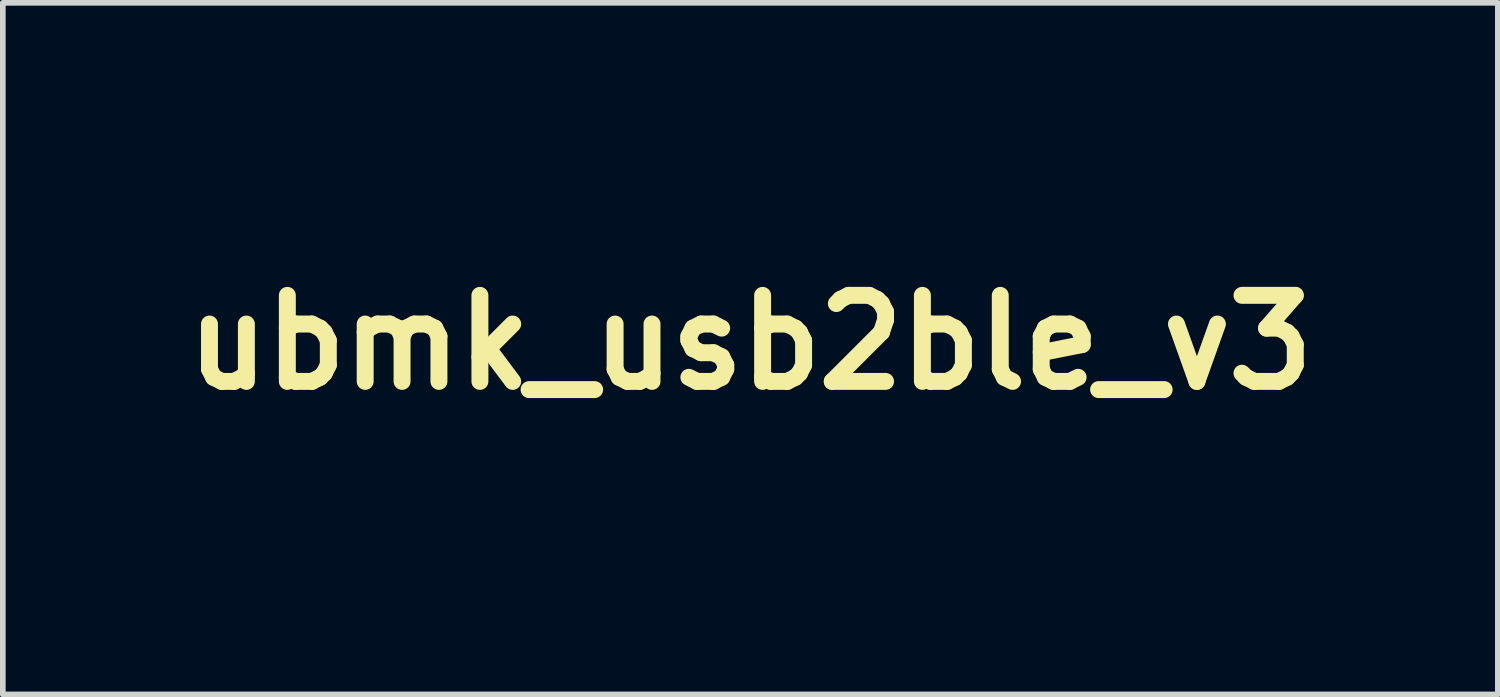
<source format=kicad_pcb>
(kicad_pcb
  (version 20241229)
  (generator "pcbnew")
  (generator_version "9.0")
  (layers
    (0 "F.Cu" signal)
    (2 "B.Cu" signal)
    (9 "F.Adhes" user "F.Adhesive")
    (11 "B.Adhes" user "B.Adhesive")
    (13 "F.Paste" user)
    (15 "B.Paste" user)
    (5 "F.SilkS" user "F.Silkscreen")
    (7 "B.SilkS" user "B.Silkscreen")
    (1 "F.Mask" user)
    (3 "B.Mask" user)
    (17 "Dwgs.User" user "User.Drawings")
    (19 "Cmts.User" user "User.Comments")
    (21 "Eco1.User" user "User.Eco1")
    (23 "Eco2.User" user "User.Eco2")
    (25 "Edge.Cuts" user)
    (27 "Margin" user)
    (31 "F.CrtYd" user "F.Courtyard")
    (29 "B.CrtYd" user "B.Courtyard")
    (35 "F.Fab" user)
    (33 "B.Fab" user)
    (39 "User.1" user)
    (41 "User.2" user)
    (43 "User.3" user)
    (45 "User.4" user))
  (footprint "ubmk_usb2ble_v3"
    (layer "F.Cu")
    (at 10.24 3.016)
    (property "Reference" "ubmk_usb2ble_v3" (at 0 0 0) (layer "F.SilkS") (effects (font (size 1.524 1.524) (thickness 0.3))))
    (attr through_hole)
    (fp_poly (pts (xy -3.468 2.249) (xy -3.773 2.249) (xy -3.773 1.078) (xy -3.468 1.078) (xy -3.468 2.249)) (stroke (width 0.01) (type solid)) (fill yes) (layer "F.Mask"))
    (fp_poly (pts (xy 1.242 1.676) (xy 0.99 1.928) (xy 0.737 2.179) (xy 0.247 1.687) (xy 0.498 1.435) (xy 0.75 1.184) (xy 1.242 1.676)) (stroke (width 0.01) (type solid)) (fill yes) (layer "F.Mask"))
    (fp_poly (pts (xy 6.08 0.126) (xy 6.129 0.175) (xy 6.135 0.233) (xy 6.115 0.283) (xy 6.074 0.317) (xy 6.012 0.328) (xy 5.953 0.314) (xy 5.933 0.3) (xy 5.912 0.257) (xy 5.905 0.206) (xy 5.923 0.142) (xy 5.97 0.107) (xy 6.034 0.106) (xy 6.08 0.126)) (stroke (width 0.01) (type solid)) (fill yes) (layer "F.Mask"))
    (fp_poly (pts (xy 6.348 -0.733) (xy 6.418 -0.69) (xy 6.482 -0.611) (xy 6.508 -0.523) (xy 6.5 -0.435) (xy 6.463 -0.354) (xy 6.402 -0.289) (xy 6.323 -0.248) (xy 6.229 -0.238) (xy 6.148 -0.257) (xy 6.069 -0.312) (xy 6.018 -0.393) (xy 5.999 -0.489) (xy 6.013 -0.586) (xy 6.062 -0.673) (xy 6.067 -0.677) (xy 6.15 -0.735) (xy 6.248 -0.754) (xy 6.348 -0.733)) (stroke (width 0.01) (type solid)) (fill yes) (layer "F.Mask"))
    (fp_poly (pts (xy 7.92 1.658) (xy 7.81 1.67) (xy 7.71 1.697) (xy 7.644 1.75) (xy 7.616 1.825) (xy 7.615 1.839) (xy 7.636 1.917) (xy 7.696 1.974) (xy 7.791 2.006) (xy 7.81 2.009) (xy 7.92 2.021) (xy 7.92 2.249) (xy 7.785 2.249) (xy 7.67 2.238) (xy 7.567 2.21) (xy 7.554 2.205) (xy 7.478 2.157) (xy 7.406 2.091) (xy 7.39 2.072) (xy 7.35 2.012) (xy 7.33 1.954) (xy 7.323 1.876) (xy 7.322 1.84) (xy 7.331 1.725) (xy 7.364 1.637) (xy 7.427 1.559) (xy 7.49 1.507) (xy 7.545 1.471) (xy 7.603 1.449) (xy 7.68 1.437) (xy 7.748 1.433) (xy 7.92 1.424) (xy 7.92 1.658)) (stroke (width 0.01) (type solid)) (fill yes) (layer "F.Mask"))
    (fp_poly (pts (xy -6.092 -1.246) (xy -6.02 -1.185) (xy -5.929 -1.134) (xy -5.834 -1.128) (xy -5.744 -1.166) (xy -5.725 -1.181) (xy -5.659 -1.238) (xy -5.644 -2.226) (xy -5.058 -2.226) (xy -5.066 -1.658) (xy -5.073 -1.09) (xy -5.142 -0.965) (xy -5.247 -0.822) (xy -5.383 -0.714) (xy -5.55 -0.64) (xy -5.749 -0.601) (xy -5.795 -0.598) (xy -5.912 -0.596) (xy -6.029 -0.606) (xy -6.092 -0.617) (xy -6.281 -0.681) (xy -6.436 -0.778) (xy -6.556 -0.906) (xy -6.623 -1.019) (xy -6.64 -1.059) (xy -6.654 -1.097) (xy -6.663 -1.141) (xy -6.67 -1.198) (xy -6.674 -1.275) (xy -6.677 -1.378) (xy -6.678 -1.514) (xy -6.678 -1.681) (xy -6.678 -2.226) (xy -6.092 -2.226) (xy -6.092 -1.246)) (stroke (width 0.01) (type solid)) (fill yes) (layer "F.Mask"))
    (fp_poly (pts (xy -8.271 1.682) (xy -8.27 1.809) (xy -8.262 1.896) (xy -8.247 1.95) (xy -8.22 1.979) (xy -8.18 1.991) (xy -8.154 1.992) (xy -8.106 1.987) (xy -8.073 1.968) (xy -8.053 1.927) (xy -8.042 1.857) (xy -8.037 1.752) (xy -8.037 1.682) (xy -8.037 1.429) (xy -7.732 1.429) (xy -7.732 1.719) (xy -7.733 1.843) (xy -7.737 1.93) (xy -7.744 1.991) (xy -7.756 2.035) (xy -7.776 2.072) (xy -7.785 2.087) (xy -7.841 2.151) (xy -7.906 2.205) (xy -7.913 2.209) (xy -7.997 2.241) (xy -8.104 2.26) (xy -8.212 2.264) (xy -8.3 2.251) (xy -8.402 2.201) (xy -8.489 2.129) (xy -8.544 2.048) (xy -8.562 1.973) (xy -8.572 1.855) (xy -8.576 1.7) (xy -8.576 1.429) (xy -8.271 1.429) (xy -8.271 1.682)) (stroke (width 0.01) (type solid)) (fill yes) (layer "F.Mask"))
    (fp_poly (pts (xy 6.429 -1.587) (xy 6.58 -1.553) (xy 6.7 -1.51) (xy 6.849 -1.427) (xy 6.985 -1.326) (xy 7.1 -1.214) (xy 7.189 -1.096) (xy 7.246 -0.98) (xy 7.264 -0.88) (xy 7.244 -0.784) (xy 7.19 -0.713) (xy 7.112 -0.673) (xy 7.018 -0.671) (xy 6.976 -0.683) (xy 6.918 -0.724) (xy 6.867 -0.794) (xy 6.865 -0.798) (xy 6.768 -0.938) (xy 6.642 -1.049) (xy 6.493 -1.126) (xy 6.331 -1.167) (xy 6.163 -1.169) (xy 6.022 -1.136) (xy 5.906 -1.106) (xy 5.816 -1.108) (xy 5.745 -1.143) (xy 5.728 -1.159) (xy 5.684 -1.233) (xy 5.67 -1.324) (xy 5.688 -1.413) (xy 5.706 -1.446) (xy 5.75 -1.482) (xy 5.829 -1.52) (xy 5.93 -1.556) (xy 6.041 -1.585) (xy 6.14 -1.602) (xy 6.275 -1.605) (xy 6.429 -1.587)) (stroke (width 0.01) (type solid)) (fill yes) (layer "F.Mask"))
    (fp_poly (pts (xy -5.296 1.153) (xy -5.184 1.17) (xy -5.103 1.203) (xy -5.043 1.255) (xy -4.996 1.33) (xy -4.989 1.345) (xy -4.952 1.465) (xy -4.957 1.575) (xy -5.005 1.678) (xy -5.098 1.778) (xy -5.196 1.851) (xy -5.354 1.957) (xy -5.149 1.963) (xy -4.944 1.97) (xy -4.944 2.249) (xy -5.243 2.248) (xy -5.361 2.246) (xy -5.465 2.241) (xy -5.545 2.235) (xy -5.59 2.227) (xy -5.591 2.226) (xy -5.662 2.176) (xy -5.716 2.099) (xy -5.74 2.013) (xy -5.741 2.002) (xy -5.733 1.944) (xy -5.705 1.889) (xy -5.652 1.829) (xy -5.568 1.759) (xy -5.46 1.679) (xy -5.354 1.597) (xy -5.292 1.53) (xy -5.274 1.477) (xy -5.301 1.44) (xy -5.373 1.416) (xy -5.489 1.406) (xy -5.523 1.406) (xy -5.694 1.406) (xy -5.694 1.148) (xy -5.445 1.148) (xy -5.296 1.153)) (stroke (width 0.01) (type solid)) (fill yes) (layer "F.Mask"))
    (fp_poly (pts (xy 2.109 1.153) (xy 2.22 1.17) (xy 2.302 1.203) (xy 2.362 1.255) (xy 2.408 1.33) (xy 2.416 1.345) (xy 2.452 1.465) (xy 2.447 1.575) (xy 2.399 1.678) (xy 2.306 1.778) (xy 2.208 1.851) (xy 2.05 1.957) (xy 2.255 1.963) (xy 2.46 1.97) (xy 2.46 2.249) (xy 2.162 2.248) (xy 2.044 2.246) (xy 1.939 2.241) (xy 1.86 2.235) (xy 1.815 2.227) (xy 1.813 2.226) (xy 1.743 2.176) (xy 1.689 2.099) (xy 1.664 2.013) (xy 1.664 2.002) (xy 1.672 1.944) (xy 1.7 1.889) (xy 1.753 1.829) (xy 1.836 1.759) (xy 1.945 1.679) (xy 2.051 1.597) (xy 2.113 1.53) (xy 2.13 1.477) (xy 2.103 1.44) (xy 2.032 1.416) (xy 1.916 1.406) (xy 1.882 1.406) (xy 1.711 1.406) (xy 1.711 1.148) (xy 1.96 1.148) (xy 2.109 1.153)) (stroke (width 0.01) (type solid)) (fill yes) (layer "F.Mask"))
    (fp_poly (pts (xy 4.077 1.153) (xy 4.189 1.17) (xy 4.27 1.203) (xy 4.33 1.255) (xy 4.377 1.33) (xy 4.384 1.345) (xy 4.421 1.465) (xy 4.416 1.575) (xy 4.367 1.678) (xy 4.275 1.778) (xy 4.177 1.851) (xy 4.019 1.957) (xy 4.224 1.963) (xy 4.429 1.97) (xy 4.429 2.249) (xy 4.13 2.248) (xy 4.012 2.246) (xy 3.908 2.241) (xy 3.828 2.235) (xy 3.783 2.227) (xy 3.782 2.226) (xy 3.711 2.176) (xy 3.657 2.099) (xy 3.632 2.013) (xy 3.632 2.002) (xy 3.64 1.944) (xy 3.668 1.889) (xy 3.721 1.829) (xy 3.804 1.759) (xy 3.913 1.679) (xy 4.019 1.597) (xy 4.081 1.53) (xy 4.098 1.477) (xy 4.071 1.44) (xy 4 1.416) (xy 3.884 1.406) (xy 3.85 1.406) (xy 3.679 1.406) (xy 3.679 1.148) (xy 3.928 1.148) (xy 4.077 1.153)) (stroke (width 0.01) (type solid)) (fill yes) (layer "F.Mask"))
    (fp_poly (pts (xy -6.936 1.64) (xy -7.123 1.64) (xy -7.219 1.642) (xy -7.277 1.648) (xy -7.305 1.66) (xy -7.311 1.675) (xy -7.298 1.698) (xy -7.252 1.709) (xy -7.199 1.711) (xy -7.075 1.727) (xy -6.975 1.773) (xy -6.905 1.842) (xy -6.868 1.928) (xy -6.87 2.024) (xy -6.904 2.108) (xy -6.945 2.165) (xy -6.996 2.205) (xy -7.065 2.231) (xy -7.161 2.244) (xy -7.292 2.249) (xy -7.332 2.249) (xy -7.592 2.249) (xy -7.592 2.04) (xy -7.387 2.034) (xy -7.285 2.029) (xy -7.222 2.021) (xy -7.19 2.009) (xy -7.182 1.992) (xy -7.194 1.971) (xy -7.236 1.957) (xy -7.315 1.947) (xy -7.342 1.945) (xy -7.432 1.936) (xy -7.49 1.922) (xy -7.53 1.897) (xy -7.559 1.867) (xy -7.6 1.799) (xy -7.615 1.714) (xy -7.615 1.695) (xy -7.609 1.62) (xy -7.584 1.564) (xy -7.536 1.509) (xy -7.456 1.429) (xy -6.936 1.429) (xy -6.936 1.64)) (stroke (width 0.01) (type solid)) (fill yes) (layer "F.Mask"))
    (fp_poly (pts (xy 8.412 1.429) (xy 8.646 1.429) (xy 8.646 1.664) (xy 8.412 1.664) (xy 8.412 1.825) (xy 8.415 1.919) (xy 8.428 1.976) (xy 8.459 2.004) (xy 8.516 2.014) (xy 8.566 2.015) (xy 8.646 2.015) (xy 8.646 2.249) (xy 8.459 2.249) (xy 8.363 2.248) (xy 8.3 2.242) (xy 8.255 2.226) (xy 8.216 2.199) (xy 8.197 2.182) (xy 8.162 2.149) (xy 8.139 2.117) (xy 8.126 2.074) (xy 8.118 2.01) (xy 8.113 1.913) (xy 8.112 1.889) (xy 8.107 1.785) (xy 8.101 1.719) (xy 8.091 1.683) (xy 8.076 1.667) (xy 8.053 1.664) (xy 8.046 1.664) (xy 8.013 1.659) (xy 7.996 1.639) (xy 7.991 1.59) (xy 7.99 1.546) (xy 7.992 1.477) (xy 8.002 1.442) (xy 8.025 1.43) (xy 8.049 1.429) (xy 8.087 1.424) (xy 8.103 1.4) (xy 8.107 1.344) (xy 8.107 1.336) (xy 8.107 1.242) (xy 8.412 1.242) (xy 8.412 1.429)) (stroke (width 0.01) (type solid)) (fill yes) (layer "F.Mask"))
    (fp_poly (pts (xy -6.467 1.477) (xy -6.398 1.442) (xy -6.292 1.411) (xy -6.176 1.419) (xy -6.065 1.46) (xy -5.969 1.531) (xy -5.923 1.589) (xy -5.877 1.705) (xy -5.866 1.832) (xy -5.89 1.96) (xy -5.943 2.076) (xy -6.025 2.169) (xy -6.072 2.202) (xy -6.167 2.239) (xy -6.281 2.26) (xy -6.393 2.264) (xy -6.472 2.251) (xy -6.589 2.192) (xy -6.683 2.102) (xy -6.727 2.029) (xy -6.743 1.988) (xy -6.755 1.94) (xy -6.763 1.878) (xy -6.765 1.84) (xy -6.463 1.84) (xy -6.443 1.917) (xy -6.39 1.975) (xy -6.376 1.983) (xy -6.301 1.998) (xy -6.234 1.97) (xy -6.19 1.911) (xy -6.172 1.836) (xy -6.189 1.77) (xy -6.23 1.72) (xy -6.288 1.691) (xy -6.351 1.689) (xy -6.41 1.72) (xy -6.442 1.762) (xy -6.463 1.84) (xy -6.765 1.84) (xy -6.768 1.793) (xy -6.77 1.678) (xy -6.771 1.524) (xy -6.771 1.505) (xy -6.772 1.078) (xy -6.467 1.078) (xy -6.467 1.477)) (stroke (width 0.01) (type solid)) (fill yes) (layer "F.Mask"))
    (fp_poly (pts (xy -4.499 1.477) (xy -4.43 1.442) (xy -4.323 1.411) (xy -4.208 1.419) (xy -4.097 1.46) (xy -4.001 1.531) (xy -3.955 1.589) (xy -3.909 1.705) (xy -3.898 1.832) (xy -3.921 1.96) (xy -3.975 2.076) (xy -4.056 2.169) (xy -4.104 2.202) (xy -4.199 2.239) (xy -4.313 2.26) (xy -4.425 2.264) (xy -4.504 2.251) (xy -4.62 2.192) (xy -4.715 2.102) (xy -4.759 2.029) (xy -4.775 1.988) (xy -4.786 1.94) (xy -4.794 1.878) (xy -4.797 1.84) (xy -4.494 1.84) (xy -4.475 1.917) (xy -4.421 1.975) (xy -4.407 1.983) (xy -4.332 1.998) (xy -4.266 1.97) (xy -4.221 1.911) (xy -4.203 1.836) (xy -4.22 1.77) (xy -4.262 1.72) (xy -4.319 1.691) (xy -4.383 1.689) (xy -4.442 1.72) (xy -4.474 1.762) (xy -4.494 1.84) (xy -4.797 1.84) (xy -4.799 1.793) (xy -4.802 1.678) (xy -4.803 1.524) (xy -4.803 1.505) (xy -4.804 1.078) (xy -4.499 1.078) (xy -4.499 1.477)) (stroke (width 0.01) (type solid)) (fill yes) (layer "F.Mask"))
    (fp_poly (pts (xy 0.633 -1.637) (xy 0.697 -1.645) (xy 0.726 -1.653) (xy 0.754 -1.674) (xy 0.787 -1.715) (xy 0.83 -1.782) (xy 0.887 -1.881) (xy 0.916 -1.933) (xy 1.071 -2.214) (xy 1.402 -2.221) (xy 1.521 -2.222) (xy 1.621 -2.222) (xy 1.693 -2.219) (xy 1.731 -2.215) (xy 1.734 -2.214) (xy 1.722 -2.19) (xy 1.689 -2.134) (xy 1.639 -2.053) (xy 1.577 -1.954) (xy 1.537 -1.892) (xy 1.34 -1.583) (xy 1.402 -1.545) (xy 1.498 -1.473) (xy 1.569 -1.385) (xy 1.618 -1.273) (xy 1.649 -1.132) (xy 1.662 -0.955) (xy 1.664 -0.866) (xy 1.664 -0.633) (xy 1.082 -0.633) (xy 1.074 -0.881) (xy 1.07 -0.991) (xy 1.065 -1.065) (xy 1.055 -1.114) (xy 1.038 -1.148) (xy 1.011 -1.177) (xy 0.99 -1.197) (xy 0.938 -1.237) (xy 0.887 -1.257) (xy 0.817 -1.265) (xy 0.773 -1.265) (xy 0.633 -1.265) (xy 0.633 -0.633) (xy 0.047 -0.633) (xy 0.047 -2.859) (xy 0.633 -2.859) (xy 0.633 -1.637)) (stroke (width 0.01) (type solid)) (fill yes) (layer "F.Mask"))
    (fp_poly (pts (xy 6.49 -2.301) (xy 6.767 -2.242) (xy 7.033 -2.139) (xy 7.284 -1.994) (xy 7.394 -1.913) (xy 7.511 -1.809) (xy 7.623 -1.691) (xy 7.724 -1.566) (xy 7.81 -1.442) (xy 7.875 -1.327) (xy 7.913 -1.228) (xy 7.92 -1.177) (xy 7.9 -1.091) (xy 7.849 -1.023) (xy 7.776 -0.978) (xy 7.695 -0.963) (xy 7.615 -0.986) (xy 7.601 -0.994) (xy 7.566 -1.031) (xy 7.519 -1.095) (xy 7.468 -1.175) (xy 7.461 -1.186) (xy 7.325 -1.378) (xy 7.158 -1.548) (xy 6.97 -1.686) (xy 6.879 -1.735) (xy 6.647 -1.83) (xy 6.42 -1.881) (xy 6.19 -1.888) (xy 5.953 -1.853) (xy 5.784 -1.804) (xy 5.667 -1.769) (xy 5.576 -1.75) (xy 5.518 -1.748) (xy 5.516 -1.748) (xy 5.441 -1.789) (xy 5.391 -1.858) (xy 5.369 -1.942) (xy 5.38 -2.028) (xy 5.419 -2.094) (xy 5.467 -2.131) (xy 5.544 -2.172) (xy 5.633 -2.209) (xy 5.635 -2.21) (xy 5.92 -2.285) (xy 6.206 -2.315) (xy 6.49 -2.301)) (stroke (width 0.01) (type solid)) (fill yes) (layer "F.Mask"))
    (fp_poly (pts (xy 8.055 -0.117) (xy 8.194 -0.116) (xy 8.298 -0.114) (xy 8.374 -0.111) (xy 8.428 -0.105) (xy 8.467 -0.097) (xy 8.495 -0.085) (xy 8.521 -0.07) (xy 8.529 -0.064) (xy 8.608 0.011) (xy 8.666 0.106) (xy 8.693 0.205) (xy 8.693 0.221) (xy 8.672 0.332) (xy 8.616 0.436) (xy 8.533 0.516) (xy 8.497 0.538) (xy 8.461 0.553) (xy 8.424 0.565) (xy 8.376 0.574) (xy 8.313 0.579) (xy 8.227 0.583) (xy 8.112 0.585) (xy 7.96 0.586) (xy 7.859 0.586) (xy 7.684 0.585) (xy 7.548 0.584) (xy 7.447 0.581) (xy 7.372 0.577) (xy 7.319 0.569) (xy 7.279 0.559) (xy 7.247 0.546) (xy 7.24 0.542) (xy 7.143 0.467) (xy 7.081 0.37) (xy 7.054 0.261) (xy 7.062 0.149) (xy 7.106 0.044) (xy 7.186 -0.045) (xy 7.223 -0.07) (xy 7.249 -0.085) (xy 7.28 -0.096) (xy 7.322 -0.104) (xy 7.379 -0.11) (xy 7.46 -0.114) (xy 7.569 -0.116) (xy 7.713 -0.117) (xy 7.875 -0.117) (xy 8.055 -0.117)) (stroke (width 0.01) (type solid)) (fill yes) (layer "F.Mask"))
    (fp_poly (pts (xy -0.601 1.151) (xy -0.493 1.16) (xy -0.414 1.178) (xy -0.357 1.208) (xy -0.313 1.251) (xy -0.296 1.275) (xy -0.266 1.356) (xy -0.26 1.456) (xy -0.278 1.555) (xy -0.3 1.605) (xy -0.326 1.651) (xy -0.328 1.685) (xy -0.306 1.728) (xy -0.289 1.754) (xy -0.242 1.861) (xy -0.24 1.973) (xy -0.283 2.081) (xy -0.288 2.088) (xy -0.34 2.152) (xy -0.401 2.198) (xy -0.48 2.227) (xy -0.587 2.243) (xy -0.729 2.249) (xy -0.767 2.249) (xy -1.031 2.249) (xy -1.031 1.968) (xy -0.823 1.968) (xy -0.701 1.964) (xy -0.621 1.951) (xy -0.578 1.927) (xy -0.569 1.89) (xy -0.575 1.868) (xy -0.601 1.837) (xy -0.653 1.817) (xy -0.739 1.807) (xy -0.838 1.805) (xy -0.984 1.804) (xy -0.984 1.57) (xy -0.819 1.57) (xy -0.691 1.564) (xy -0.608 1.545) (xy -0.569 1.515) (xy -0.575 1.473) (xy -0.599 1.443) (xy -0.633 1.423) (xy -0.692 1.411) (xy -0.785 1.406) (xy -0.834 1.406) (xy -1.031 1.406) (xy -1.031 1.148) (xy -0.749 1.148) (xy -0.601 1.151)) (stroke (width 0.01) (type solid)) (fill yes) (layer "F.Mask"))
    (fp_poly (pts (xy 6.778 1.141) (xy 6.917 1.186) (xy 7.033 1.257) (xy 7.069 1.292) (xy 7.146 1.406) (xy 7.196 1.545) (xy 7.216 1.694) (xy 7.205 1.838) (xy 7.181 1.916) (xy 7.114 2.028) (xy 7.016 2.13) (xy 6.906 2.206) (xy 6.818 2.236) (xy 6.705 2.257) (xy 6.586 2.265) (xy 6.483 2.258) (xy 6.455 2.252) (xy 6.327 2.199) (xy 6.209 2.116) (xy 6.114 2.013) (xy 6.053 1.899) (xy 6.045 1.876) (xy 6.023 1.723) (xy 6.026 1.693) (xy 6.368 1.693) (xy 6.381 1.791) (xy 6.425 1.882) (xy 6.466 1.927) (xy 6.556 1.981) (xy 6.65 1.989) (xy 6.743 1.951) (xy 6.77 1.931) (xy 6.837 1.849) (xy 6.871 1.752) (xy 6.873 1.649) (xy 6.847 1.551) (xy 6.794 1.468) (xy 6.716 1.411) (xy 6.653 1.392) (xy 6.56 1.397) (xy 6.481 1.438) (xy 6.421 1.507) (xy 6.382 1.595) (xy 6.368 1.693) (xy 6.026 1.693) (xy 6.038 1.567) (xy 6.085 1.421) (xy 6.163 1.299) (xy 6.17 1.292) (xy 6.221 1.249) (xy 6.295 1.203) (xy 6.338 1.18) (xy 6.476 1.137) (xy 6.627 1.124) (xy 6.778 1.141)) (stroke (width 0.01) (type solid)) (fill yes) (layer "F.Mask"))
    (fp_poly (pts (xy -2.754 1.439) (xy -2.726 1.451) (xy -2.656 1.492) (xy -2.6 1.541) (xy -2.589 1.556) (xy -2.55 1.637) (xy -2.524 1.734) (xy -2.516 1.824) (xy -2.521 1.864) (xy -2.529 1.889) (xy -2.545 1.906) (xy -2.576 1.916) (xy -2.632 1.92) (xy -2.721 1.921) (xy -2.779 1.921) (xy -2.88 1.923) (xy -2.96 1.928) (xy -3.01 1.934) (xy -3.023 1.94) (xy -3.006 1.977) (xy -2.954 2.001) (xy -2.863 2.013) (xy -2.784 2.015) (xy -2.601 2.015) (xy -2.601 2.249) (xy -2.794 2.248) (xy -2.899 2.244) (xy -2.998 2.233) (xy -3.073 2.217) (xy -3.081 2.214) (xy -3.188 2.155) (xy -3.274 2.063) (xy -3.33 1.953) (xy -3.341 1.905) (xy -3.341 1.765) (xy -3.326 1.717) (xy -3.037 1.717) (xy -3.037 1.741) (xy -2.997 1.754) (xy -2.914 1.757) (xy -2.84 1.757) (xy -2.805 1.751) (xy -2.799 1.737) (xy -2.815 1.708) (xy -2.817 1.705) (xy -2.873 1.656) (xy -2.939 1.646) (xy -3.001 1.677) (xy -3.037 1.717) (xy -3.326 1.717) (xy -3.303 1.642) (xy -3.232 1.54) (xy -3.135 1.464) (xy -3.018 1.419) (xy -2.889 1.409) (xy -2.754 1.439)) (stroke (width 0.01) (type solid)) (fill yes) (layer "F.Mask"))
    (fp_poly (pts (xy 6.411 -3.01) (xy 6.529 -3.007) (xy 6.622 -3.001) (xy 6.702 -2.992) (xy 6.778 -2.977) (xy 6.861 -2.956) (xy 6.898 -2.946) (xy 7.229 -2.831) (xy 7.536 -2.677) (xy 7.817 -2.487) (xy 8.068 -2.262) (xy 8.287 -2.005) (xy 8.438 -1.776) (xy 8.503 -1.659) (xy 8.543 -1.57) (xy 8.56 -1.5) (xy 8.557 -1.44) (xy 8.542 -1.393) (xy 8.507 -1.333) (xy 8.465 -1.292) (xy 8.462 -1.291) (xy 8.388 -1.269) (xy 8.303 -1.27) (xy 8.244 -1.289) (xy 8.215 -1.32) (xy 8.173 -1.38) (xy 8.125 -1.459) (xy 8.111 -1.484) (xy 7.939 -1.751) (xy 7.735 -1.986) (xy 7.504 -2.186) (xy 7.247 -2.348) (xy 6.969 -2.472) (xy 6.673 -2.555) (xy 6.369 -2.594) (xy 6.103 -2.594) (xy 5.858 -2.563) (xy 5.619 -2.498) (xy 5.565 -2.478) (xy 5.426 -2.43) (xy 5.321 -2.402) (xy 5.242 -2.396) (xy 5.182 -2.409) (xy 5.132 -2.443) (xy 5.125 -2.45) (xy 5.073 -2.531) (xy 5.063 -2.622) (xy 5.097 -2.711) (xy 5.1 -2.716) (xy 5.154 -2.765) (xy 5.247 -2.818) (xy 5.372 -2.871) (xy 5.521 -2.923) (xy 5.635 -2.956) (xy 5.721 -2.977) (xy 5.8 -2.992) (xy 5.883 -3.001) (xy 5.981 -3.007) (xy 6.104 -3.01) (xy 6.256 -3.011) (xy 6.411 -3.01)) (stroke (width 0.01) (type solid)) (fill yes) (layer "F.Mask"))
    (fp_poly (pts (xy -1.184 1.43) (xy -1.126 1.433) (xy -1.101 1.436) (xy -1.101 1.436) (xy -1.109 1.464) (xy -1.129 1.526) (xy -1.158 1.614) (xy -1.193 1.719) (xy -1.232 1.83) (xy -1.27 1.94) (xy -1.305 2.038) (xy -1.333 2.116) (xy -1.351 2.164) (xy -1.355 2.172) (xy -1.4 2.217) (xy -1.473 2.253) (xy -1.555 2.271) (xy -1.579 2.272) (xy -1.636 2.26) (xy -1.69 2.237) (xy -1.741 2.199) (xy -1.769 2.162) (xy -1.782 2.128) (xy -1.805 2.06) (xy -1.837 1.969) (xy -1.872 1.864) (xy -1.91 1.754) (xy -1.946 1.647) (xy -1.977 1.553) (xy -2.001 1.482) (xy -2.014 1.442) (xy -2.015 1.436) (xy -1.994 1.433) (xy -1.937 1.43) (xy -1.858 1.429) (xy -1.853 1.429) (xy -1.764 1.431) (xy -1.712 1.439) (xy -1.687 1.454) (xy -1.679 1.47) (xy -1.669 1.51) (xy -1.652 1.583) (xy -1.63 1.678) (xy -1.616 1.741) (xy -1.594 1.836) (xy -1.574 1.91) (xy -1.56 1.953) (xy -1.554 1.96) (xy -1.544 1.934) (xy -1.528 1.872) (xy -1.508 1.787) (xy -1.498 1.742) (xy -1.477 1.643) (xy -1.458 1.556) (xy -1.444 1.496) (xy -1.441 1.482) (xy -1.43 1.454) (xy -1.408 1.438) (xy -1.362 1.431) (xy -1.283 1.429) (xy -1.265 1.429) (xy -1.184 1.43)) (stroke (width 0.01) (type solid)) (fill yes) (layer "F.Mask"))
    (fp_poly (pts (xy 3.199 1.143) (xy 3.316 1.194) (xy 3.41 1.274) (xy 3.425 1.294) (xy 3.447 1.328) (xy 3.462 1.364) (xy 3.472 1.411) (xy 3.477 1.478) (xy 3.479 1.575) (xy 3.48 1.689) (xy 3.479 1.817) (xy 3.477 1.908) (xy 3.472 1.971) (xy 3.462 2.014) (xy 3.446 2.049) (xy 3.422 2.083) (xy 3.416 2.09) (xy 3.354 2.154) (xy 3.279 2.207) (xy 3.264 2.215) (xy 3.165 2.248) (xy 3.048 2.264) (xy 2.936 2.263) (xy 2.875 2.25) (xy 2.774 2.2) (xy 2.682 2.123) (xy 2.618 2.035) (xy 2.616 2.03) (xy 2.597 1.975) (xy 2.585 1.899) (xy 2.579 1.792) (xy 2.578 1.693) (xy 2.882 1.693) (xy 2.884 1.789) (xy 2.891 1.851) (xy 2.906 1.893) (xy 2.933 1.927) (xy 2.94 1.934) (xy 2.989 1.973) (xy 3.032 1.992) (xy 3.034 1.992) (xy 3.075 1.976) (xy 3.125 1.938) (xy 3.129 1.934) (xy 3.159 1.9) (xy 3.176 1.86) (xy 3.184 1.803) (xy 3.187 1.715) (xy 3.187 1.693) (xy 3.181 1.568) (xy 3.163 1.483) (xy 3.128 1.432) (xy 3.074 1.409) (xy 3.034 1.406) (xy 2.968 1.416) (xy 2.923 1.451) (xy 2.896 1.517) (xy 2.884 1.619) (xy 2.882 1.693) (xy 2.578 1.693) (xy 2.578 1.684) (xy 2.579 1.563) (xy 2.584 1.477) (xy 2.593 1.416) (xy 2.61 1.367) (xy 2.631 1.326) (xy 2.709 1.232) (xy 2.815 1.167) (xy 2.939 1.13) (xy 3.07 1.122) (xy 3.199 1.143)) (stroke (width 0.01) (type solid)) (fill yes) (layer "F.Mask"))
    (fp_poly (pts (xy 5.191 1.143) (xy 5.307 1.194) (xy 5.401 1.274) (xy 5.417 1.294) (xy 5.439 1.328) (xy 5.454 1.364) (xy 5.464 1.411) (xy 5.469 1.478) (xy 5.471 1.575) (xy 5.471 1.689) (xy 5.471 1.817) (xy 5.469 1.908) (xy 5.463 1.971) (xy 5.453 2.014) (xy 5.437 2.049) (xy 5.413 2.083) (xy 5.408 2.09) (xy 5.345 2.154) (xy 5.271 2.207) (xy 5.256 2.215) (xy 5.156 2.248) (xy 5.04 2.264) (xy 4.928 2.263) (xy 4.866 2.25) (xy 4.766 2.2) (xy 4.674 2.123) (xy 4.61 2.035) (xy 4.608 2.03) (xy 4.589 1.975) (xy 4.577 1.899) (xy 4.571 1.792) (xy 4.57 1.693) (xy 4.874 1.693) (xy 4.875 1.789) (xy 4.882 1.851) (xy 4.898 1.893) (xy 4.925 1.927) (xy 4.931 1.934) (xy 4.981 1.973) (xy 5.023 1.992) (xy 5.026 1.992) (xy 5.067 1.976) (xy 5.117 1.938) (xy 5.121 1.934) (xy 5.15 1.9) (xy 5.168 1.86) (xy 5.176 1.803) (xy 5.178 1.715) (xy 5.178 1.693) (xy 5.173 1.568) (xy 5.154 1.483) (xy 5.12 1.432) (xy 5.066 1.409) (xy 5.026 1.406) (xy 4.96 1.416) (xy 4.915 1.451) (xy 4.888 1.517) (xy 4.875 1.619) (xy 4.874 1.693) (xy 4.57 1.693) (xy 4.57 1.684) (xy 4.571 1.563) (xy 4.575 1.477) (xy 4.585 1.416) (xy 4.601 1.367) (xy 4.622 1.326) (xy 4.701 1.232) (xy 4.807 1.167) (xy 4.93 1.13) (xy 5.062 1.122) (xy 5.191 1.143)) (stroke (width 0.01) (type solid)) (fill yes) (layer "F.Mask"))
    (fp_poly (pts (xy 4.78 -0.064) (xy 4.859 0.011) (xy 4.917 0.106) (xy 4.943 0.205) (xy 4.944 0.221) (xy 4.923 0.332) (xy 4.866 0.436) (xy 4.784 0.516) (xy 4.748 0.538) (xy 4.648 0.586) (xy -1.865 0.586) (xy -2.519 0.586) (xy -3.128 0.586) (xy -3.693 0.586) (xy -4.216 0.586) (xy -4.699 0.585) (xy -5.143 0.585) (xy -5.551 0.585) (xy -5.923 0.585) (xy -6.261 0.584) (xy -6.567 0.583) (xy -6.843 0.583) (xy -7.089 0.582) (xy -7.309 0.581) (xy -7.503 0.58) (xy -7.674 0.578) (xy -7.822 0.577) (xy -7.949 0.575) (xy -8.058 0.573) (xy -8.149 0.571) (xy -8.224 0.569) (xy -8.286 0.567) (xy -8.335 0.564) (xy -8.373 0.561) (xy -8.402 0.558) (xy -8.424 0.554) (xy -8.439 0.55) (xy -8.451 0.546) (xy -8.459 0.542) (xy -8.556 0.467) (xy -8.619 0.37) (xy -8.646 0.261) (xy -8.637 0.149) (xy -8.593 0.044) (xy -8.513 -0.045) (xy -8.477 -0.07) (xy -8.469 -0.075) (xy -8.459 -0.079) (xy -8.446 -0.083) (xy -8.429 -0.087) (xy -8.405 -0.091) (xy -8.373 -0.094) (xy -8.331 -0.097) (xy -8.278 -0.099) (xy -8.212 -0.102) (xy -8.132 -0.104) (xy -8.035 -0.106) (xy -7.921 -0.108) (xy -7.786 -0.109) (xy -7.631 -0.111) (xy -7.453 -0.112) (xy -7.251 -0.113) (xy -7.022 -0.114) (xy -6.766 -0.114) (xy -6.481 -0.115) (xy -6.164 -0.116) (xy -5.815 -0.116) (xy -5.432 -0.116) (xy -5.013 -0.117) (xy -4.556 -0.117) (xy -4.06 -0.117) (xy -3.524 -0.117) (xy -2.945 -0.117) (xy -2.322 -0.117) (xy -1.849 -0.117) (xy 4.703 -0.117) (xy 4.78 -0.064)) (stroke (width 0.01) (type solid)) (fill yes) (layer "F.Mask"))
    (fp_poly (pts (xy -4.218 -2.484) (xy -4.217 -2.357) (xy -4.215 -2.249) (xy -4.212 -2.167) (xy -4.208 -2.118) (xy -4.205 -2.109) (xy -4.181 -2.121) (xy -4.13 -2.151) (xy -4.096 -2.173) (xy -4.044 -2.205) (xy -3.996 -2.224) (xy -3.937 -2.234) (xy -3.853 -2.237) (xy -3.786 -2.237) (xy -3.676 -2.235) (xy -3.598 -2.227) (xy -3.534 -2.211) (xy -3.471 -2.183) (xy -3.455 -2.175) (xy -3.317 -2.08) (xy -3.197 -1.953) (xy -3.108 -1.808) (xy -3.108 -1.807) (xy -3.084 -1.748) (xy -3.069 -1.685) (xy -3.061 -1.605) (xy -3.058 -1.497) (xy -3.058 -1.441) (xy -3.059 -1.323) (xy -3.064 -1.239) (xy -3.074 -1.175) (xy -3.092 -1.118) (xy -3.121 -1.054) (xy -3.123 -1.05) (xy -3.214 -0.911) (xy -3.336 -0.787) (xy -3.477 -0.692) (xy -3.553 -0.657) (xy -3.702 -0.617) (xy -3.87 -0.598) (xy -4.037 -0.6) (xy -4.147 -0.617) (xy -4.341 -0.683) (xy -4.502 -0.783) (xy -4.631 -0.916) (xy -4.724 -1.078) (xy -4.78 -1.263) (xy -4.786 -1.318) (xy -4.79 -1.398) (xy -4.191 -1.398) (xy -4.164 -1.289) (xy -4.153 -1.265) (xy -4.105 -1.202) (xy -4.034 -1.145) (xy -3.959 -1.109) (xy -3.918 -1.101) (xy -3.878 -1.11) (xy -3.818 -1.131) (xy -3.809 -1.134) (xy -3.728 -1.191) (xy -3.674 -1.276) (xy -3.648 -1.377) (xy -3.652 -1.482) (xy -3.688 -1.579) (xy -3.733 -1.636) (xy -3.824 -1.697) (xy -3.917 -1.717) (xy -4.006 -1.702) (xy -4.084 -1.657) (xy -4.145 -1.588) (xy -4.182 -1.5) (xy -4.191 -1.398) (xy -4.79 -1.398) (xy -4.791 -1.413) (xy -4.796 -1.54) (xy -4.799 -1.694) (xy -4.802 -1.867) (xy -4.803 -2.051) (xy -4.804 -2.124) (xy -4.804 -2.859) (xy -4.218 -2.859) (xy -4.218 -2.484)) (stroke (width 0.01) (type solid)) (fill yes) (layer "F.Mask"))
    (fp_poly (pts (xy -0.867 -2.236) (xy -0.782 -2.231) (xy -0.716 -2.219) (xy -0.655 -2.198) (xy -0.609 -2.177) (xy -0.455 -2.081) (xy -0.336 -1.954) (xy -0.275 -1.852) (xy -0.259 -1.816) (xy -0.246 -1.778) (xy -0.236 -1.732) (xy -0.229 -1.671) (xy -0.224 -1.589) (xy -0.22 -1.479) (xy -0.217 -1.334) (xy -0.215 -1.189) (xy -0.206 -0.633) (xy -0.79 -0.633) (xy -0.805 -0.791) (xy -0.81 -0.875) (xy -0.815 -0.991) (xy -0.818 -1.126) (xy -0.82 -1.263) (xy -0.82 -1.281) (xy -0.82 -1.613) (xy -0.892 -1.673) (xy -0.953 -1.713) (xy -1.01 -1.733) (xy -1.019 -1.734) (xy -1.073 -1.719) (xy -1.134 -1.683) (xy -1.146 -1.673) (xy -1.218 -1.613) (xy -1.218 -0.633) (xy -1.802 -0.633) (xy -1.809 -1.113) (xy -1.811 -1.274) (xy -1.814 -1.395) (xy -1.818 -1.483) (xy -1.823 -1.544) (xy -1.831 -1.585) (xy -1.843 -1.613) (xy -1.859 -1.635) (xy -1.875 -1.651) (xy -1.959 -1.711) (xy -2.044 -1.725) (xy -2.128 -1.693) (xy -2.151 -1.675) (xy -2.226 -1.613) (xy -2.226 -0.633) (xy -2.812 -0.633) (xy -2.812 -1.189) (xy -2.811 -1.366) (xy -2.81 -1.502) (xy -2.808 -1.605) (xy -2.804 -1.682) (xy -2.797 -1.738) (xy -2.788 -1.782) (xy -2.775 -1.82) (xy -2.758 -1.859) (xy -2.756 -1.863) (xy -2.663 -2.008) (xy -2.535 -2.122) (xy -2.425 -2.184) (xy -2.362 -2.209) (xy -2.298 -2.226) (xy -2.22 -2.234) (xy -2.114 -2.237) (xy -2.061 -2.238) (xy -1.947 -2.237) (xy -1.865 -2.232) (xy -1.801 -2.22) (xy -1.742 -2.2) (xy -1.673 -2.168) (xy -1.669 -2.166) (xy -1.523 -2.093) (xy -1.377 -2.166) (xy -1.308 -2.198) (xy -1.248 -2.219) (xy -1.185 -2.231) (xy -1.105 -2.237) (xy -0.992 -2.238) (xy -0.985 -2.238) (xy -0.867 -2.236)) (stroke (width 0.01) (type solid)) (fill yes) (layer "F.Mask"))
    (fp_poly (pts (xy 0.334 2.762) (xy 0.885 2.762) (xy 1.432 2.763) (xy 1.975 2.763) (xy 2.51 2.763) (xy 3.036 2.764) (xy 3.551 2.765) (xy 4.053 2.766) (xy 4.539 2.766) (xy 5.009 2.767) (xy 5.459 2.769) (xy 5.889 2.77) (xy 6.295 2.771) (xy 6.676 2.773) (xy 7.03 2.774) (xy 7.355 2.776) (xy 7.648 2.778) (xy 7.909 2.78) (xy 8.134 2.782) (xy 8.323 2.784) (xy 8.472 2.786) (xy 8.58 2.788) (xy 8.645 2.791) (xy 8.665 2.793) (xy 8.68 2.832) (xy 8.69 2.906) (xy 8.693 2.989) (xy 8.69 3.084) (xy 8.681 3.145) (xy 8.661 3.184) (xy 8.65 3.195) (xy 8.589 3.23) (xy 8.523 3.22) (xy 8.5 3.208) (xy 8.468 3.166) (xy 8.459 3.092) (xy 8.459 2.999) (xy -0.048 2.999) (xy -0.899 2.999) (xy -1.703 2.999) (xy -2.461 2.999) (xy -3.173 2.998) (xy -3.839 2.998) (xy -4.46 2.997) (xy -5.037 2.996) (xy -5.568 2.995) (xy -6.056 2.994) (xy -6.5 2.993) (xy -6.9 2.992) (xy -7.258 2.991) (xy -7.572 2.989) (xy -7.844 2.988) (xy -8.073 2.986) (xy -8.261 2.984) (xy -8.408 2.982) (xy -8.513 2.98) (xy -8.577 2.977) (xy -8.601 2.975) (xy -8.635 2.934) (xy -8.646 2.872) (xy -8.632 2.813) (xy -8.618 2.793) (xy -8.592 2.79) (xy -8.522 2.788) (xy -8.408 2.786) (xy -8.254 2.783) (xy -8.061 2.781) (xy -7.831 2.779) (xy -7.566 2.777) (xy -7.268 2.776) (xy -6.94 2.774) (xy -6.582 2.772) (xy -6.198 2.771) (xy -5.788 2.77) (xy -5.356 2.768) (xy -4.903 2.767) (xy -4.431 2.766) (xy -3.943 2.765) (xy -3.439 2.765) (xy -2.923 2.764) (xy -2.395 2.763) (xy -1.859 2.763) (xy -1.316 2.763) (xy -0.768 2.762) (xy -0.217 2.762) (xy 0.334 2.762)) (stroke (width 0.01) (type solid)) (fill yes) (layer "F.Mask")))
  (gr_rect
    (start -3 -3)
    (end 23.48 9.25)
    (stroke (width 0.1) (type default))
    (fill no)
    (layer "Edge.Cuts")))
</source>
